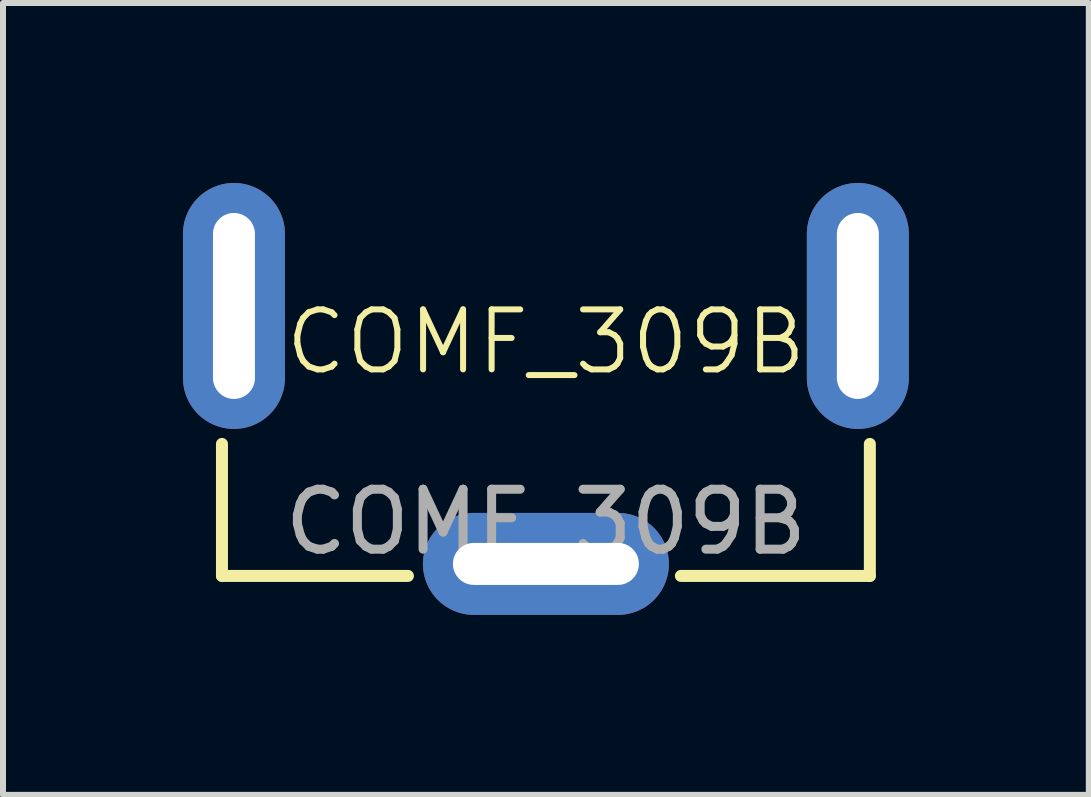
<source format=kicad_pcb>
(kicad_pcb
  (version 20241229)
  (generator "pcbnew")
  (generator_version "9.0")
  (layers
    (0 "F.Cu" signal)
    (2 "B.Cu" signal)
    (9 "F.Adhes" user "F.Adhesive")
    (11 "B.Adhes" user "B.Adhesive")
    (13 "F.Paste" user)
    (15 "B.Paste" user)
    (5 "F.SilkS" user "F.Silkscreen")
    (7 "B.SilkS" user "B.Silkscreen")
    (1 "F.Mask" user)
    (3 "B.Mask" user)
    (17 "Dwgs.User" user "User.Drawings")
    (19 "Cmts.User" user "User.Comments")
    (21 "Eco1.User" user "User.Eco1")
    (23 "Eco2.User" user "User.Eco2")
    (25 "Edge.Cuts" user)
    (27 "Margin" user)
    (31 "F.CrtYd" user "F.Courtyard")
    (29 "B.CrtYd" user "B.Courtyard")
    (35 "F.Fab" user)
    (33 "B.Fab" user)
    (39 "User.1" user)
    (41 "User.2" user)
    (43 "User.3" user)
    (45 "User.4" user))
  (footprint "COMF_309B"
    (layer "F.Cu")
    (at 6.05 3.15)
    (property "Reference" "COMF_309B" (at 0 -0.5 0) (unlocked yes) (layer "F.SilkS") (effects (font (size 1 1) (thickness 0.1))))
    (attr through_hole)
    (fp_line (start -5.4 1.2) (end -5.4 3.4) (stroke (width 0.2) (type default)) (layer "F.SilkS"))
    (fp_line (start -2.3 3.4) (end -5.4 3.4) (stroke (width 0.2) (type default)) (layer "F.SilkS"))
    (fp_line (start 5.4 1.2) (end 5.4 3.4) (stroke (width 0.2) (type default)) (layer "F.SilkS"))
    (fp_line (start 5.4 3.4) (end 2.25 3.4) (stroke (width 0.2) (type default)) (layer "F.SilkS"))
    (fp_text user "${REFERENCE}" (at 0 2.5 0) (unlocked yes) (layer "F.Fab") (effects (font (size 1 1) (thickness 0.15))))
    (pad "1" thru_hole oval (at -5.2 -1.1 90) (size 4.1 1.7) (drill oval 3.1 0.7) (layers "*.Cu" "*.Mask"))
    (pad "1" thru_hole oval (at 0 3.2) (size 4.1 1.7) (drill oval 3.1 0.7) (layers "*.Cu" "*.Mask"))
    (pad "1" thru_hole oval (at 5.2 -1.1 90) (size 4.1 1.7) (drill oval 3.1 0.7) (layers "*.Cu" "*.Mask")))
  (gr_rect
    (start -3 -3)
    (end 15.1 10.2)
    (stroke (width 0.1) (type default))
    (fill no)
    (layer "Edge.Cuts")))
</source>
